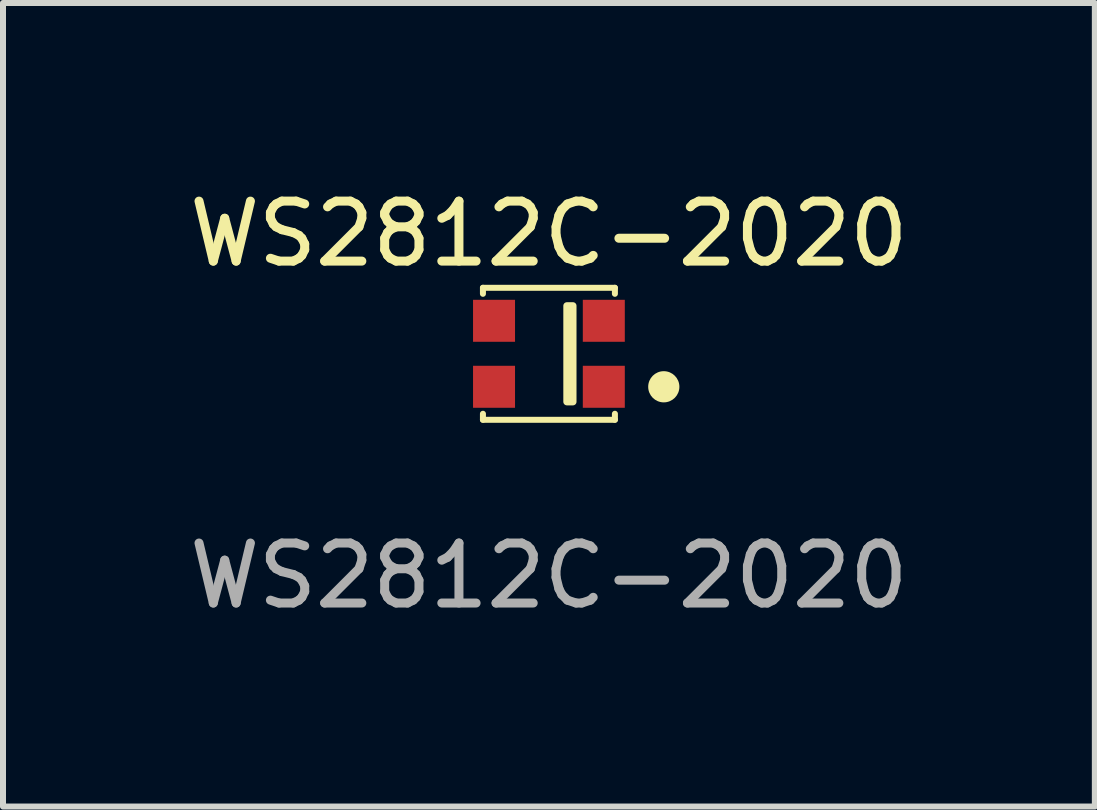
<source format=kicad_pcb>
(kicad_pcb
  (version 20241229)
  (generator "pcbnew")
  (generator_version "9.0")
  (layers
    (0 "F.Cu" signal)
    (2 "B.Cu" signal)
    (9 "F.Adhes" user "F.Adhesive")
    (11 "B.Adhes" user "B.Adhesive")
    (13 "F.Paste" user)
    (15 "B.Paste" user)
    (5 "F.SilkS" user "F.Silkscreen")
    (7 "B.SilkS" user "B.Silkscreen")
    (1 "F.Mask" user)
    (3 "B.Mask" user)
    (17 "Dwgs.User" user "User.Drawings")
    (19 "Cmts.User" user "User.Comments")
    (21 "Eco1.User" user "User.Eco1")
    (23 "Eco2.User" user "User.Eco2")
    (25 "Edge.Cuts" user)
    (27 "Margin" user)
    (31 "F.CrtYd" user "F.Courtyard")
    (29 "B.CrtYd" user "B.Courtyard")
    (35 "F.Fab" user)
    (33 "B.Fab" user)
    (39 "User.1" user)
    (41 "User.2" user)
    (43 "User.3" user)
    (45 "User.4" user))
  (footprint "WS2812C-2020"
    (layer "F.Cu")
    (at 6.101 2.848)
    (property "Reference" "WS2812C-2020" (at 0 -2 0) (unlocked yes) (layer "F.SilkS") (effects (font (size 1 1) (thickness 0.15))))
    (attr smd)
    (fp_line (start -1.1 -1) (end -1.1 -1.1) (stroke (width 0.1) (type solid)) (layer "F.SilkS"))
    (fp_line (start -1.1 1) (end -1.1 1.1) (stroke (width 0.1) (type solid)) (layer "F.SilkS"))
    (fp_line (start -1.1 1.1) (end 1.1 1.1) (stroke (width 0.1) (type solid)) (layer "F.SilkS"))
    (fp_line (start 1.1 -1.1) (end -1.1 -1.1) (stroke (width 0.1) (type solid)) (layer "F.SilkS"))
    (fp_line (start 1.1 -1) (end 1.1 -1.1) (stroke (width 0.1) (type solid)) (layer "F.SilkS"))
    (fp_line (start 1.1 1) (end 1.1 1.1) (stroke (width 0.1) (type solid)) (layer "F.SilkS"))
    (fp_rect (start 0.4 -0.8) (end 0.3 0.8) (stroke (width 0.12) (type solid)) (fill no) (layer "F.SilkS"))
    (fp_circle (center 1.915 0.55) (end 2.115 0.55) (stroke (width 0.12) (type solid)) (fill yes) (layer "F.SilkS"))
    (fp_text user "${REFERENCE}" (at 0 3.7 0) (unlocked yes) (layer "F.Fab") (effects (font (size 1 1) (thickness 0.15))))
    (pad "1" smd rect (at 0.915 0.55) (size 0.7 0.7) (layers "F.Cu" "F.Mask" "F.Paste"))
    (pad "2" smd rect (at 0.915 -0.55) (size 0.7 0.7) (layers "F.Cu" "F.Mask" "F.Paste"))
    (pad "3" smd rect (at -0.915 -0.55) (size 0.7 0.7) (layers "F.Cu" "F.Mask" "F.Paste"))
    (pad "4" smd rect (at -0.915 0.55) (size 0.7 0.7) (layers "F.Cu" "F.Mask" "F.Paste")))
  (gr_rect
    (start -3 -3)
    (end 15.202 10.396)
    (stroke (width 0.1) (type default))
    (fill no)
    (layer "Edge.Cuts")))
</source>
